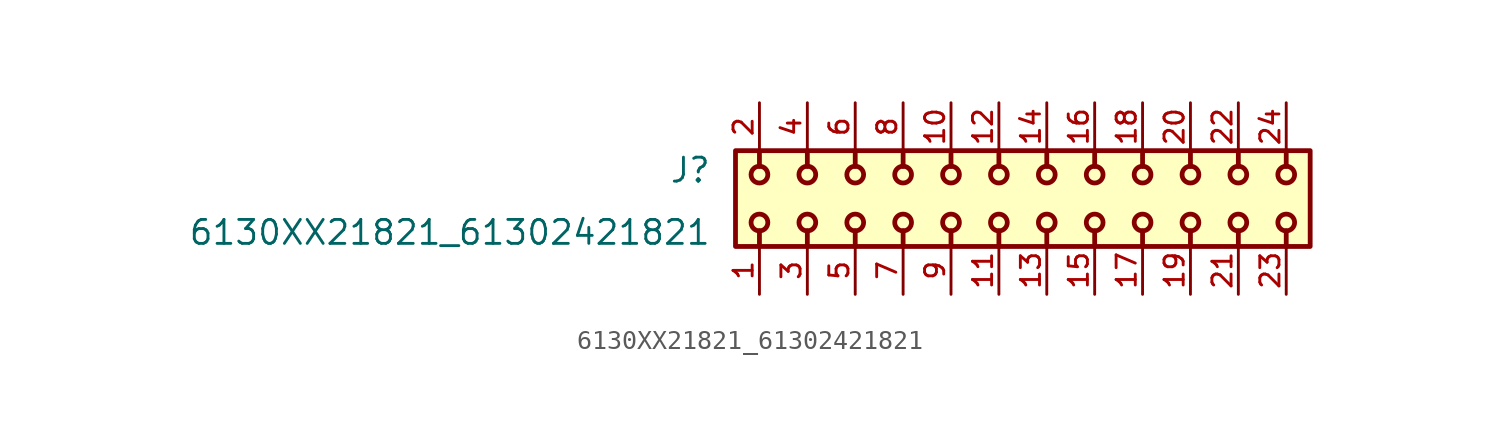
<source format=kicad_sym>
(kicad_symbol_lib
  (version 20211014)
  (generator kicad_symbol_editor)
  (symbol "6130XX21821_61302421821"
    (pin_names
      (offset 1.016))
    (property "Reference" "J"
      (at -15.24 0.762 0)
      (effects (font (size 1.27 1.27)) (justify bottom right)))
    (property "Value" "6130XX21821_61302421821"
      (at -15.24 -2.54 0)
      (effects (font (size 1.27 1.27)) (justify bottom right)))
    (symbol "6130XX21821_61302421821_0_0"
      (polyline (pts (xy 15.24 1.705) (xy 15.24 2.54)) (stroke (width 0.254)))
      (polyline (pts (xy 12.7 1.705) (xy 12.7 2.54)) (stroke (width 0.254)))
      (polyline (pts (xy 10.16 1.705) (xy 10.16 2.54)) (stroke (width 0.254)))
      (polyline (pts (xy 7.62 1.705) (xy 7.62 2.54)) (stroke (width 0.254)))
      (polyline (pts (xy 5.08 1.705) (xy 5.08 2.54)) (stroke (width 0.254)))
      (polyline (pts (xy 2.54 1.705) (xy 2.54 2.54)) (stroke (width 0.254)))
      (polyline (pts (xy 0.0 1.705) (xy 0.0 2.54)) (stroke (width 0.254)))
      (polyline (pts (xy -2.54 1.705) (xy -2.54 2.54)) (stroke (width 0.254)))
      (polyline (pts (xy -5.08 1.705) (xy -5.08 2.54)) (stroke (width 0.254)))
      (polyline (pts (xy -7.62 1.705) (xy -7.62 2.54)) (stroke (width 0.254)))
      (polyline (pts (xy -10.16 1.705) (xy -10.16 2.54)) (stroke (width 0.254)))
      (polyline (pts (xy -12.7 1.705) (xy -12.7 2.54)) (stroke (width 0.254)))
      (polyline (pts (xy -10.16 -1.705) (xy -10.16 -2.54)) (stroke (width 0.254)))
      (polyline (pts (xy -7.62 -1.705) (xy -7.62 -2.54)) (stroke (width 0.254)))
      (polyline (pts (xy -5.08 -1.705) (xy -5.08 -2.54)) (stroke (width 0.254)))
      (polyline (pts (xy -2.54 -1.705) (xy -2.54 -2.54)) (stroke (width 0.254)))
      (polyline (pts (xy 0.0 -1.705) (xy 0.0 -2.54)) (stroke (width 0.254)))
      (polyline (pts (xy 2.54 -1.705) (xy 2.54 -2.54)) (stroke (width 0.254)))
      (polyline (pts (xy 5.08 -1.705) (xy 5.08 -2.54)) (stroke (width 0.254)))
      (polyline (pts (xy 7.62 -1.705) (xy 7.62 -2.54)) (stroke (width 0.254)))
      (polyline (pts (xy 10.16 -1.705) (xy 10.16 -2.54)) (stroke (width 0.254)))
      (polyline (pts (xy 12.7 -1.705) (xy 12.7 -2.54)) (stroke (width 0.254)))
      (polyline (pts (xy 15.24 -1.705) (xy 15.24 -2.54)) (stroke (width 0.254)))
      (polyline (pts (xy -12.7 -1.705) (xy -12.7 -2.54)) (stroke (width 0.254)))
      (circle (center 15.24 1.27) (radius 0.445) (stroke (width 0.254)) (fill (type none)))
      (circle (center 12.7 1.27) (radius 0.445) (stroke (width 0.254)) (fill (type none)))
      (circle (center 10.16 1.27) (radius 0.445) (stroke (width 0.254)) (fill (type none)))
      (circle (center 7.62 1.27) (radius 0.445) (stroke (width 0.254)) (fill (type none)))
      (circle (center 5.08 1.27) (radius 0.445) (stroke (width 0.254)) (fill (type none)))
      (circle (center 2.54 1.27) (radius 0.445) (stroke (width 0.254)) (fill (type none)))
      (circle (center 0.0 1.27) (radius 0.445) (stroke (width 0.254)) (fill (type none)))
      (circle (center -2.54 1.27) (radius 0.445) (stroke (width 0.254)) (fill (type none)))
      (circle (center -5.08 1.27) (radius 0.445) (stroke (width 0.254)) (fill (type none)))
      (circle (center -7.62 1.27) (radius 0.445) (stroke (width 0.254)) (fill (type none)))
      (circle (center -10.16 1.27) (radius 0.445) (stroke (width 0.254)) (fill (type none)))
      (circle (center -12.7 1.27) (radius 0.445) (stroke (width 0.254)) (fill (type none)))
      (circle (center -10.16 -1.27) (radius 0.445) (stroke (width 0.254)) (fill (type none)))
      (circle (center -7.62 -1.27) (radius 0.445) (stroke (width 0.254)) (fill (type none)))
      (circle (center -5.08 -1.27) (radius 0.445) (stroke (width 0.254)) (fill (type none)))
      (circle (center -2.54 -1.27) (radius 0.445) (stroke (width 0.254)) (fill (type none)))
      (circle (center 0.0 -1.27) (radius 0.445) (stroke (width 0.254)) (fill (type none)))
      (circle (center 2.54 -1.27) (radius 0.445) (stroke (width 0.254)) (fill (type none)))
      (circle (center 5.08 -1.27) (radius 0.445) (stroke (width 0.254)) (fill (type none)))
      (circle (center 7.62 -1.27) (radius 0.445) (stroke (width 0.254)) (fill (type none)))
      (circle (center 10.16 -1.27) (radius 0.445) (stroke (width 0.254)) (fill (type none)))
      (circle (center 12.7 -1.27) (radius 0.445) (stroke (width 0.254)) (fill (type none)))
      (circle (center 15.24 -1.27) (radius 0.445) (stroke (width 0.254)) (fill (type none)))
      (circle (center -12.7 -1.27) (radius 0.445) (stroke (width 0.254)) (fill (type none)))
      (rectangle (start -13.97 -2.54) (end 16.51 2.54) (stroke (width 0.254)) (fill (type background)))
      (pin passive line (at -12.7 -5.08 90.0) (length 2.54) (name "~" (effects (font (size 1.016 1.016)))) (number "1" (effects (font (size 1.016 1.016)))))
      (pin passive line (at -12.7 5.08 270.0) (length 2.54) (name "~" (effects (font (size 1.016 1.016)))) (number "2" (effects (font (size 1.016 1.016)))))
      (pin passive line (at -10.16 -5.08 90.0) (length 2.54) (name "~" (effects (font (size 1.016 1.016)))) (number "3" (effects (font (size 1.016 1.016)))))
      (pin passive line (at -10.16 5.08 270.0) (length 2.54) (name "~" (effects (font (size 1.016 1.016)))) (number "4" (effects (font (size 1.016 1.016)))))
      (pin passive line (at -7.62 -5.08 90.0) (length 2.54) (name "~" (effects (font (size 1.016 1.016)))) (number "5" (effects (font (size 1.016 1.016)))))
      (pin passive line (at -7.62 5.08 270.0) (length 2.54) (name "~" (effects (font (size 1.016 1.016)))) (number "6" (effects (font (size 1.016 1.016)))))
      (pin passive line (at -5.08 -5.08 90.0) (length 2.54) (name "~" (effects (font (size 1.016 1.016)))) (number "7" (effects (font (size 1.016 1.016)))))
      (pin passive line (at -5.08 5.08 270.0) (length 2.54) (name "~" (effects (font (size 1.016 1.016)))) (number "8" (effects (font (size 1.016 1.016)))))
      (pin passive line (at -2.54 -5.08 90.0) (length 2.54) (name "~" (effects (font (size 1.016 1.016)))) (number "9" (effects (font (size 1.016 1.016)))))
      (pin passive line (at -2.54 5.08 270.0) (length 2.54) (name "~" (effects (font (size 1.016 1.016)))) (number "10" (effects (font (size 1.016 1.016)))))
      (pin passive line (at 0.0 -5.08 90.0) (length 2.54) (name "~" (effects (font (size 1.016 1.016)))) (number "11" (effects (font (size 1.016 1.016)))))
      (pin passive line (at 0.0 5.08 270.0) (length 2.54) (name "~" (effects (font (size 1.016 1.016)))) (number "12" (effects (font (size 1.016 1.016)))))
      (pin passive line (at 2.54 -5.08 90.0) (length 2.54) (name "~" (effects (font (size 1.016 1.016)))) (number "13" (effects (font (size 1.016 1.016)))))
      (pin passive line (at 2.54 5.08 270.0) (length 2.54) (name "~" (effects (font (size 1.016 1.016)))) (number "14" (effects (font (size 1.016 1.016)))))
      (pin passive line (at 5.08 -5.08 90.0) (length 2.54) (name "~" (effects (font (size 1.016 1.016)))) (number "15" (effects (font (size 1.016 1.016)))))
      (pin passive line (at 5.08 5.08 270.0) (length 2.54) (name "~" (effects (font (size 1.016 1.016)))) (number "16" (effects (font (size 1.016 1.016)))))
      (pin passive line (at 7.62 -5.08 90.0) (length 2.54) (name "~" (effects (font (size 1.016 1.016)))) (number "17" (effects (font (size 1.016 1.016)))))
      (pin passive line (at 7.62 5.08 270.0) (length 2.54) (name "~" (effects (font (size 1.016 1.016)))) (number "18" (effects (font (size 1.016 1.016)))))
      (pin passive line (at 10.16 -5.08 90.0) (length 2.54) (name "~" (effects (font (size 1.016 1.016)))) (number "19" (effects (font (size 1.016 1.016)))))
      (pin passive line (at 10.16 5.08 270.0) (length 2.54) (name "~" (effects (font (size 1.016 1.016)))) (number "20" (effects (font (size 1.016 1.016)))))
      (pin passive line (at 12.7 -5.08 90.0) (length 2.54) (name "~" (effects (font (size 1.016 1.016)))) (number "21" (effects (font (size 1.016 1.016)))))
      (pin passive line (at 12.7 5.08 270.0) (length 2.54) (name "~" (effects (font (size 1.016 1.016)))) (number "22" (effects (font (size 1.016 1.016)))))
      (pin passive line (at 15.24 -5.08 90.0) (length 2.54) (name "~" (effects (font (size 1.016 1.016)))) (number "23" (effects (font (size 1.016 1.016)))))
      (pin passive line (at 15.24 5.08 270.0) (length 2.54) (name "~" (effects (font (size 1.016 1.016)))) (number "24" (effects (font (size 1.016 1.016))))))))
</source>
